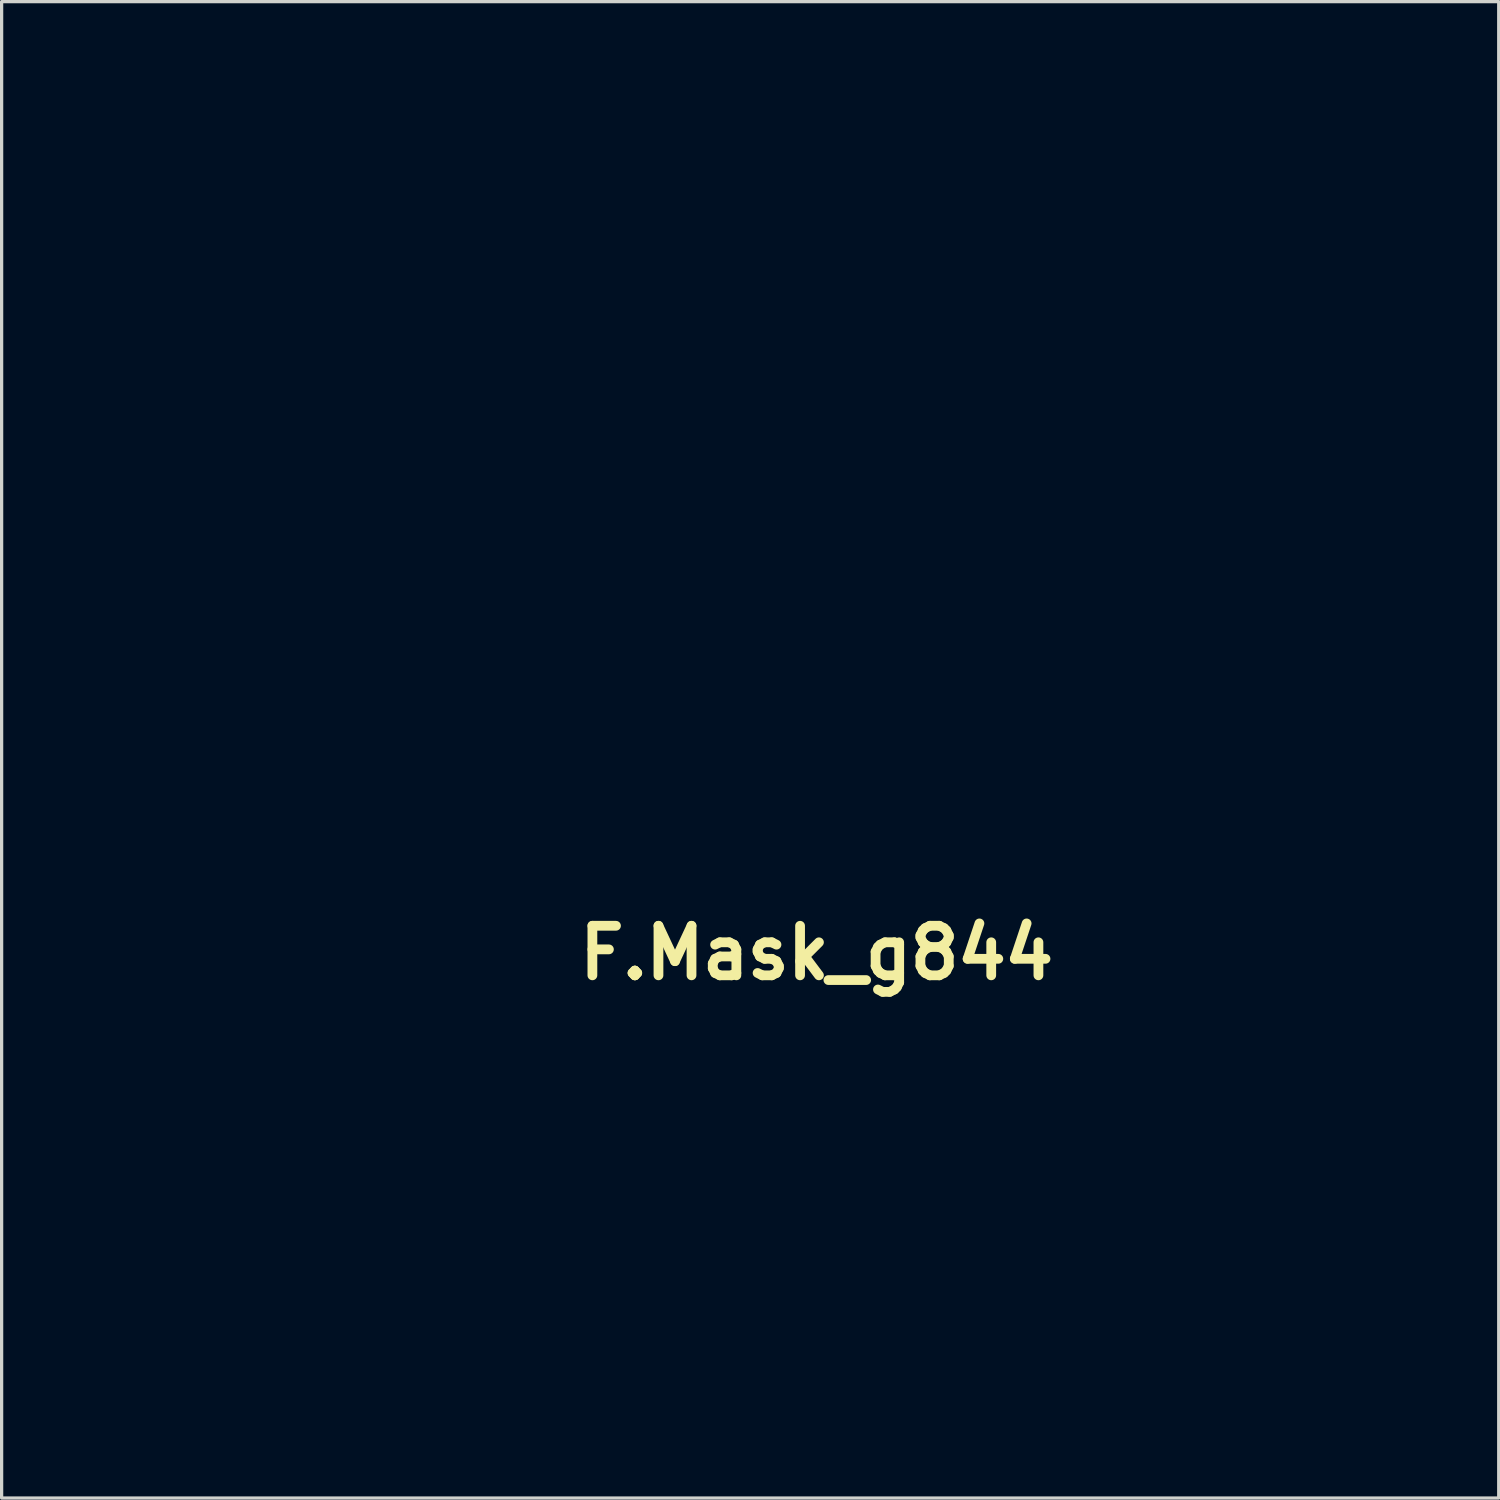
<source format=kicad_pcb>
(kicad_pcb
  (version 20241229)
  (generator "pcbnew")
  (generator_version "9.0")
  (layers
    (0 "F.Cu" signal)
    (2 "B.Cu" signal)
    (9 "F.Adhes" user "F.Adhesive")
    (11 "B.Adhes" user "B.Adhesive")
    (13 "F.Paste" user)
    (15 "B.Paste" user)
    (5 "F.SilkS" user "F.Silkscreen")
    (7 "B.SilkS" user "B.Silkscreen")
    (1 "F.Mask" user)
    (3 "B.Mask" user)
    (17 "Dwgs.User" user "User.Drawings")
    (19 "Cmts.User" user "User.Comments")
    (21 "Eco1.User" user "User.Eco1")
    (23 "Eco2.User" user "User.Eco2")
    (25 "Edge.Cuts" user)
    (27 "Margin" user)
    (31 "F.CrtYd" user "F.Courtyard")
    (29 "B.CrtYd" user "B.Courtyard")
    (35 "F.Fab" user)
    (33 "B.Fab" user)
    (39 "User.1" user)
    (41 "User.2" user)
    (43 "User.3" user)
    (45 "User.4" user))
  (footprint "F.Mask_g844"
    (layer "F.Cu")
    (at 22.061 26.253)
    (property "Reference" "F.Mask_g844" (at 0 0 0) (layer "F.SilkS") (effects (font (size 1.524 1.524) (thickness 0.3))))
    (attr through_hole)
    (fp_poly (pts (xy -0.115 -24.691) (xy 0.028 -24.281) (xy 0.146 -23.939) (xy 0.24 -23.653) (xy 0.313 -23.41) (xy 0.366 -23.198) (xy 0.4 -23.006) (xy 0.417 -22.82) (xy 0.417 -22.629) (xy 0.404 -22.42) (xy 0.378 -22.18) (xy 0.341 -21.898) (xy 0.293 -21.562) (xy 0.28 -21.463) (xy 0.241 -21.183) (xy 0.208 -20.933) (xy 0.181 -20.724) (xy 0.161 -20.567) (xy 0.151 -20.475) (xy 0.15 -20.455) (xy 0.193 -20.441) (xy 0.305 -20.408) (xy 0.477 -20.36) (xy 0.698 -20.299) (xy 0.956 -20.229) (xy 1.24 -20.152) (xy 1.54 -20.072) (xy 1.844 -19.991) (xy 2.141 -19.913) (xy 2.42 -19.84) (xy 2.669 -19.775) (xy 2.879 -19.721) (xy 3.038 -19.681) (xy 3.134 -19.659) (xy 3.159 -19.655) (xy 3.178 -19.696) (xy 3.224 -19.805) (xy 3.294 -19.971) (xy 3.382 -20.183) (xy 3.485 -20.432) (xy 3.579 -20.661) (xy 3.696 -20.945) (xy 3.81 -21.215) (xy 3.914 -21.456) (xy 4.002 -21.655) (xy 4.068 -21.8) (xy 4.098 -21.861) (xy 4.143 -21.929) (xy 4.212 -22.013) (xy 4.311 -22.118) (xy 4.447 -22.25) (xy 4.626 -22.415) (xy 4.853 -22.617) (xy 5.134 -22.863) (xy 5.418 -23.109) (xy 5.693 -23.346) (xy 5.949 -23.567) (xy 6.18 -23.766) (xy 6.378 -23.936) (xy 6.535 -24.07) (xy 6.644 -24.163) (xy 6.697 -24.207) (xy 6.698 -24.209) (xy 6.726 -24.221) (xy 6.768 -24.219) (xy 6.832 -24.199) (xy 6.926 -24.158) (xy 7.058 -24.091) (xy 7.236 -23.994) (xy 7.467 -23.865) (xy 7.76 -23.698) (xy 7.926 -23.602) (xy 8.211 -23.438) (xy 8.473 -23.286) (xy 8.703 -23.152) (xy 8.891 -23.041) (xy 9.028 -22.958) (xy 9.106 -22.91) (xy 9.12 -22.9) (xy 9.122 -22.85) (xy 9.107 -22.722) (xy 9.078 -22.523) (xy 9.034 -22.258) (xy 8.977 -21.933) (xy 8.908 -21.555) (xy 8.845 -21.223) (xy 8.764 -20.803) (xy 8.697 -20.457) (xy 8.64 -20.177) (xy 8.593 -19.954) (xy 8.552 -19.78) (xy 8.517 -19.646) (xy 8.484 -19.543) (xy 8.452 -19.463) (xy 8.419 -19.397) (xy 8.403 -19.37) (xy 8.341 -19.276) (xy 8.235 -19.128) (xy 8.096 -18.937) (xy 7.931 -18.717) (xy 7.75 -18.479) (xy 7.629 -18.321) (xy 7.452 -18.091) (xy 7.294 -17.882) (xy 7.161 -17.705) (xy 7.061 -17.568) (xy 7 -17.48) (xy 6.985 -17.453) (xy 7.014 -17.417) (xy 7.096 -17.327) (xy 7.226 -17.192) (xy 7.395 -17.018) (xy 7.597 -16.812) (xy 7.827 -16.58) (xy 8.075 -16.332) (xy 9.165 -15.244) (xy 10.087 -15.955) (xy 10.34 -16.148) (xy 10.581 -16.327) (xy 10.8 -16.486) (xy 10.986 -16.616) (xy 11.126 -16.709) (xy 11.209 -16.756) (xy 11.294 -16.784) (xy 11.445 -16.823) (xy 11.653 -16.871) (xy 11.906 -16.926) (xy 12.194 -16.987) (xy 12.506 -17.05) (xy 12.831 -17.114) (xy 13.159 -17.178) (xy 13.477 -17.237) (xy 13.777 -17.292) (xy 14.047 -17.339) (xy 14.275 -17.376) (xy 14.452 -17.402) (xy 14.567 -17.414) (xy 14.608 -17.412) (xy 14.646 -17.359) (xy 14.717 -17.245) (xy 14.815 -17.08) (xy 14.934 -16.876) (xy 15.068 -16.644) (xy 15.211 -16.394) (xy 15.357 -16.137) (xy 15.499 -15.884) (xy 15.632 -15.645) (xy 15.75 -15.432) (xy 15.846 -15.255) (xy 15.914 -15.125) (xy 15.947 -15.053) (xy 15.95 -15.042) (xy 15.918 -14.99) (xy 15.836 -14.884) (xy 15.712 -14.732) (xy 15.553 -14.542) (xy 15.367 -14.325) (xy 15.161 -14.087) (xy 14.943 -13.837) (xy 14.721 -13.584) (xy 14.501 -13.336) (xy 14.291 -13.102) (xy 14.098 -12.89) (xy 13.931 -12.709) (xy 13.796 -12.566) (xy 13.701 -12.472) (xy 13.66 -12.437) (xy 13.573 -12.39) (xy 13.421 -12.317) (xy 13.214 -12.224) (xy 12.967 -12.117) (xy 12.692 -12) (xy 12.425 -11.89) (xy 12.145 -11.776) (xy 11.893 -11.672) (xy 11.678 -11.585) (xy 11.511 -11.516) (xy 11.401 -11.471) (xy 11.359 -11.453) (xy 11.359 -11.453) (xy 11.367 -11.413) (xy 11.395 -11.303) (xy 11.439 -11.132) (xy 11.496 -10.913) (xy 11.564 -10.656) (xy 11.639 -10.373) (xy 11.718 -10.074) (xy 11.799 -9.77) (xy 11.879 -9.473) (xy 11.954 -9.193) (xy 12.022 -8.942) (xy 12.08 -8.73) (xy 12.125 -8.568) (xy 12.153 -8.468) (xy 12.162 -8.44) (xy 12.205 -8.443) (xy 12.321 -8.455) (xy 12.498 -8.477) (xy 12.724 -8.506) (xy 12.989 -8.541) (xy 13.23 -8.574) (xy 13.537 -8.615) (xy 13.832 -8.651) (xy 14.1 -8.681) (xy 14.325 -8.703) (xy 14.491 -8.717) (xy 14.563 -8.719) (xy 14.64 -8.717) (xy 14.724 -8.708) (xy 14.823 -8.69) (xy 14.945 -8.66) (xy 15.1 -8.615) (xy 15.296 -8.553) (xy 15.541 -8.472) (xy 15.845 -8.368) (xy 16.216 -8.24) (xy 16.404 -8.175) (xy 17.971 -7.629) (xy 17.971 -4.852) (xy 16.425 -4.312) (xy 16.013 -4.168) (xy 15.669 -4.049) (xy 15.381 -3.954) (xy 15.136 -3.88) (xy 14.923 -3.827) (xy 14.727 -3.793) (xy 14.539 -3.777) (xy 14.344 -3.776) (xy 14.131 -3.79) (xy 13.887 -3.816) (xy 13.6 -3.854) (xy 13.258 -3.902) (xy 13.187 -3.912) (xy 12.904 -3.951) (xy 12.652 -3.985) (xy 12.44 -4.014) (xy 12.281 -4.035) (xy 12.186 -4.046) (xy 12.164 -4.048) (xy 12.151 -4.007) (xy 12.12 -3.896) (xy 12.073 -3.724) (xy 12.013 -3.505) (xy 11.943 -3.247) (xy 11.867 -2.963) (xy 11.787 -2.664) (xy 11.706 -2.36) (xy 11.626 -2.063) (xy 11.552 -1.783) (xy 11.486 -1.532) (xy 11.431 -1.32) (xy 11.389 -1.159) (xy 11.364 -1.06) (xy 11.358 -1.032) (xy 11.398 -1.015) (xy 11.506 -0.97) (xy 11.672 -0.902) (xy 11.885 -0.814) (xy 12.135 -0.711) (xy 12.41 -0.599) (xy 12.699 -0.479) (xy 12.972 -0.364) (xy 13.216 -0.258) (xy 13.417 -0.167) (xy 13.564 -0.098) (xy 13.638 -0.059) (xy 13.723 0.01) (xy 13.859 0.143) (xy 14.043 0.338) (xy 14.275 0.592) (xy 14.55 0.903) (xy 14.868 1.269) (xy 14.88 1.283) (xy 15.117 1.558) (xy 15.336 1.815) (xy 15.531 2.045) (xy 15.696 2.242) (xy 15.825 2.397) (xy 15.911 2.505) (xy 15.949 2.557) (xy 15.951 2.56) (xy 15.933 2.605) (xy 15.879 2.713) (xy 15.794 2.871) (xy 15.685 3.071) (xy 15.557 3.3) (xy 15.418 3.549) (xy 15.272 3.805) (xy 15.127 4.059) (xy 14.989 4.299) (xy 14.862 4.515) (xy 14.755 4.697) (xy 14.672 4.832) (xy 14.62 4.91) (xy 14.61 4.923) (xy 14.556 4.926) (xy 14.423 4.913) (xy 14.211 4.882) (xy 13.923 4.834) (xy 13.563 4.771) (xy 13.132 4.691) (xy 12.946 4.656) (xy 12.521 4.575) (xy 12.17 4.507) (xy 11.886 4.449) (xy 11.659 4.4) (xy 11.482 4.359) (xy 11.346 4.322) (xy 11.242 4.288) (xy 11.163 4.255) (xy 11.113 4.229) (xy 11.021 4.17) (xy 10.874 4.067) (xy 10.685 3.929) (xy 10.465 3.764) (xy 10.225 3.582) (xy 10.033 3.434) (xy 9.165 2.758) (xy 8.059 3.861) (xy 6.952 4.964) (xy 7.611 5.816) (xy 7.8 6.062) (xy 7.979 6.3) (xy 8.139 6.517) (xy 8.271 6.7) (xy 8.367 6.838) (xy 8.406 6.9) (xy 8.442 6.967) (xy 8.476 7.041) (xy 8.508 7.132) (xy 8.542 7.248) (xy 8.579 7.399) (xy 8.622 7.593) (xy 8.673 7.838) (xy 8.733 8.145) (xy 8.805 8.522) (xy 8.847 8.741) (xy 8.923 9.147) (xy 8.988 9.507) (xy 9.041 9.816) (xy 9.081 10.067) (xy 9.108 10.253) (xy 9.119 10.368) (xy 9.116 10.403) (xy 9.073 10.436) (xy 8.967 10.504) (xy 8.809 10.601) (xy 8.61 10.72) (xy 8.382 10.856) (xy 8.134 11.001) (xy 7.878 11.15) (xy 7.625 11.296) (xy 7.386 11.433) (xy 7.171 11.555) (xy 6.991 11.655) (xy 6.858 11.727) (xy 6.781 11.765) (xy 6.768 11.769) (xy 6.729 11.742) (xy 6.633 11.665) (xy 6.488 11.545) (xy 6.3 11.388) (xy 6.077 11.199) (xy 5.825 10.984) (xy 5.553 10.75) (xy 5.497 10.701) (xy 5.133 10.384) (xy 4.83 10.116) (xy 4.586 9.895) (xy 4.396 9.716) (xy 4.257 9.576) (xy 4.165 9.471) (xy 4.129 9.421) (xy 4.077 9.323) (xy 3.999 9.16) (xy 3.901 8.945) (xy 3.79 8.691) (xy 3.672 8.412) (xy 3.577 8.181) (xy 3.443 7.856) (xy 3.336 7.604) (xy 3.252 7.417) (xy 3.189 7.287) (xy 3.142 7.21) (xy 3.108 7.176) (xy 3.092 7.174) (xy 3.037 7.189) (xy 2.91 7.224) (xy 2.721 7.275) (xy 2.479 7.34) (xy 2.195 7.417) (xy 1.878 7.502) (xy 1.588 7.579) (xy 1.254 7.669) (xy 0.947 7.752) (xy 0.677 7.825) (xy 0.452 7.886) (xy 0.282 7.933) (xy 0.177 7.962) (xy 0.145 7.972) (xy 0.149 8.014) (xy 0.164 8.129) (xy 0.187 8.304) (xy 0.217 8.529) (xy 0.253 8.792) (xy 0.281 8.996) (xy 0.329 9.346) (xy 0.369 9.638) (xy 0.398 9.885) (xy 0.414 10.099) (xy 0.418 10.291) (xy 0.405 10.475) (xy 0.377 10.662) (xy 0.33 10.865) (xy 0.263 11.095) (xy 0.175 11.367) (xy 0.065 11.69) (xy -0.07 12.079) (xy -0.113 12.203) (xy -0.651 13.758) (xy -2.037 13.758) (xy -2.374 13.757) (xy -2.682 13.754) (xy -2.952 13.749) (xy -3.173 13.743) (xy -3.335 13.735) (xy -3.428 13.726) (xy -3.447 13.721) (xy -3.466 13.673) (xy -3.509 13.555) (xy -3.573 13.375) (xy -3.656 13.141) (xy -3.753 12.863) (xy -3.862 12.55) (xy -3.98 12.21) (xy -4 12.152) (xy -4.141 11.744) (xy -4.255 11.407) (xy -4.345 11.133) (xy -4.415 10.914) (xy -4.465 10.741) (xy -4.499 10.606) (xy -4.519 10.501) (xy -4.528 10.417) (xy -4.529 10.38) (xy -4.524 10.271) (xy -4.508 10.093) (xy -4.483 9.861) (xy -4.451 9.588) (xy -4.414 9.29) (xy -4.384 9.06) (xy -4.345 8.769) (xy -4.311 8.506) (xy -4.283 8.284) (xy -4.263 8.113) (xy -4.251 8.005) (xy -4.25 7.971) (xy -4.296 7.953) (xy -4.413 7.918) (xy -4.589 7.868) (xy -4.813 7.807) (xy -5.073 7.737) (xy -5.36 7.661) (xy -5.66 7.582) (xy -5.964 7.503) (xy -6.259 7.427) (xy -6.536 7.357) (xy -6.783 7.295) (xy -6.988 7.245) (xy -7.14 7.21) (xy -7.229 7.191) (xy -7.247 7.19) (xy -7.271 7.235) (xy -7.322 7.348) (xy -7.395 7.518) (xy -7.487 7.735) (xy -7.593 7.987) (xy -7.698 8.242) (xy -7.817 8.527) (xy -7.931 8.796) (xy -8.034 9.034) (xy -8.122 9.23) (xy -8.187 9.37) (xy -8.221 9.435) (xy -8.282 9.51) (xy -8.404 9.635) (xy -8.581 9.804) (xy -8.809 10.014) (xy -9.084 10.261) (xy -9.4 10.54) (xy -9.548 10.668) (xy -9.823 10.906) (xy -10.08 11.127) (xy -10.31 11.324) (xy -10.507 11.492) (xy -10.663 11.623) (xy -10.771 11.712) (xy -10.823 11.753) (xy -10.826 11.754) (xy -10.871 11.738) (xy -10.978 11.686) (xy -11.137 11.604) (xy -11.337 11.497) (xy -11.567 11.371) (xy -11.816 11.234) (xy -12.075 11.09) (xy -12.331 10.945) (xy -12.574 10.807) (xy -12.794 10.68) (xy -12.98 10.571) (xy -13.12 10.486) (xy -13.204 10.43) (xy -13.221 10.417) (xy -13.222 10.368) (xy -13.209 10.246) (xy -13.181 10.063) (xy -13.143 9.83) (xy -13.095 9.557) (xy -13.04 9.255) (xy -12.98 8.935) (xy -12.916 8.608) (xy -12.852 8.284) (xy -12.789 7.974) (xy -12.729 7.689) (xy -12.674 7.44) (xy -12.627 7.237) (xy -12.589 7.091) (xy -12.565 7.018) (xy -12.515 6.931) (xy -12.421 6.789) (xy -12.29 6.603) (xy -12.131 6.383) (xy -11.951 6.141) (xy -11.764 5.896) (xy -11.053 4.974) (xy -12.141 3.884) (xy -12.39 3.635) (xy -12.622 3.406) (xy -12.828 3.203) (xy -13.002 3.034) (xy -13.137 2.905) (xy -13.226 2.823) (xy -13.262 2.794) (xy -13.303 2.819) (xy -13.402 2.889) (xy -13.549 2.997) (xy -13.736 3.137) (xy -13.952 3.302) (xy -14.172 3.472) (xy -14.42 3.661) (xy -14.658 3.838) (xy -14.874 3.996) (xy -15.056 4.124) (xy -15.192 4.215) (xy -15.261 4.256) (xy -15.347 4.291) (xy -15.477 4.331) (xy -15.656 4.377) (xy -15.892 4.43) (xy -16.192 4.493) (xy -16.561 4.567) (xy -17.007 4.652) (xy -17.033 4.657) (xy -17.386 4.724) (xy -17.715 4.786) (xy -18.009 4.84) (xy -18.258 4.886) (xy -18.454 4.921) (xy -18.586 4.944) (xy -18.646 4.953) (xy -18.648 4.953) (xy -18.684 4.918) (xy -18.754 4.818) (xy -18.853 4.666) (xy -18.973 4.471) (xy -19.109 4.245) (xy -19.255 3.997) (xy -19.404 3.739) (xy -19.551 3.481) (xy -19.69 3.233) (xy -19.813 3.007) (xy -19.916 2.813) (xy -19.991 2.662) (xy -20.034 2.564) (xy -20.04 2.532) (xy -20.005 2.489) (xy -19.922 2.389) (xy -19.795 2.24) (xy -19.632 2.05) (xy -19.438 1.824) (xy -19.22 1.571) (xy -18.984 1.298) (xy -18.942 1.25) (xy -18.654 0.918) (xy -18.414 0.645) (xy -18.216 0.425) (xy -18.056 0.252) (xy -17.927 0.119) (xy -17.824 0.022) (xy -17.74 -0.046) (xy -17.671 -0.092) (xy -17.665 -0.095) (xy -17.566 -0.144) (xy -17.402 -0.218) (xy -17.187 -0.312) (xy -16.935 -0.42) (xy -16.659 -0.536) (xy -16.463 -0.617) (xy -16.193 -0.728) (xy -15.95 -0.828) (xy -15.744 -0.914) (xy -15.587 -0.98) (xy -15.489 -1.022) (xy -15.46 -1.035) (xy -15.468 -1.078) (xy -15.495 -1.19) (xy -15.538 -1.362) (xy -15.594 -1.583) (xy -15.661 -1.84) (xy -15.735 -2.122) (xy -15.814 -2.42) (xy -15.895 -2.72) (xy -15.973 -3.013) (xy -16.048 -3.287) (xy -16.114 -3.531) (xy -16.171 -3.733) (xy -16.214 -3.883) (xy -16.24 -3.969) (xy -16.246 -3.982) (xy -16.263 -4.003) (xy -16.298 -4.015) (xy -16.362 -4.019) (xy -16.465 -4.013) (xy -16.616 -3.998) (xy -16.825 -3.973) (xy -17.102 -3.936) (xy -17.293 -3.91) (xy -17.643 -3.862) (xy -17.936 -3.823) (xy -18.183 -3.794) (xy -18.396 -3.778) (xy -18.588 -3.775) (xy -18.772 -3.787) (xy -18.959 -3.816) (xy -19.162 -3.863) (xy -19.392 -3.93) (xy -19.663 -4.018) (xy -19.987 -4.129) (xy -20.375 -4.264) (xy -20.5 -4.307) (xy -22.056 -4.847) (xy -22.053 -5.228) (xy -21.505 -5.228) (xy -20.108 -4.747) (xy -18.712 -4.266) (xy -17.284 -4.459) (xy -16.947 -4.504) (xy -16.638 -4.545) (xy -16.367 -4.581) (xy -16.143 -4.609) (xy -15.976 -4.63) (xy -15.876 -4.642) (xy -15.85 -4.644) (xy -15.837 -4.6) (xy -15.805 -4.484) (xy -15.756 -4.305) (xy -15.694 -4.075) (xy -15.62 -3.801) (xy -15.539 -3.494) (xy -15.451 -3.165) (xy -15.36 -2.821) (xy -15.268 -2.474) (xy -15.178 -2.134) (xy -15.092 -1.809) (xy -15.014 -1.51) (xy -14.945 -1.246) (xy -14.888 -1.028) (xy -14.846 -0.865) (xy -14.822 -0.766) (xy -14.817 -0.741) (xy -14.855 -0.715) (xy -14.961 -0.661) (xy -15.127 -0.585) (xy -15.342 -0.491) (xy -15.597 -0.383) (xy -15.88 -0.265) (xy -15.95 -0.237) (xy -16.253 -0.112) (xy -16.541 0.007) (xy -16.801 0.117) (xy -17.022 0.211) (xy -17.191 0.284) (xy -17.295 0.332) (xy -17.301 0.335) (xy -17.371 0.375) (xy -17.447 0.43) (xy -17.536 0.507) (xy -17.645 0.615) (xy -17.781 0.758) (xy -17.95 0.945) (xy -18.159 1.182) (xy -18.416 1.477) (xy -18.438 1.503) (xy -18.659 1.758) (xy -18.861 1.995) (xy -19.039 2.204) (xy -19.186 2.378) (xy -19.296 2.509) (xy -19.36 2.59) (xy -19.375 2.611) (xy -19.36 2.657) (xy -19.309 2.763) (xy -19.229 2.916) (xy -19.129 3.105) (xy -19.014 3.315) (xy -18.892 3.534) (xy -18.77 3.75) (xy -18.656 3.95) (xy -18.556 4.12) (xy -18.477 4.248) (xy -18.427 4.321) (xy -18.421 4.329) (xy -18.373 4.328) (xy -18.253 4.313) (xy -18.068 4.285) (xy -17.831 4.246) (xy -17.55 4.196) (xy -17.234 4.138) (xy -16.984 4.091) (xy -16.595 4.016) (xy -16.28 3.954) (xy -16.03 3.902) (xy -15.834 3.858) (xy -15.685 3.821) (xy -15.572 3.786) (xy -15.487 3.753) (xy -15.42 3.719) (xy -15.388 3.7) (xy -15.305 3.642) (xy -15.166 3.541) (xy -14.982 3.402) (xy -14.762 3.236) (xy -14.517 3.048) (xy -14.258 2.848) (xy -14.207 2.81) (xy -13.219 2.042) (xy -11.774 3.487) (xy -10.329 4.932) (xy -11.166 6.016) (xy -11.372 6.284) (xy -11.563 6.536) (xy -11.733 6.762) (xy -11.874 6.953) (xy -11.98 7.101) (xy -12.045 7.196) (xy -12.06 7.222) (xy -12.081 7.292) (xy -12.116 7.435) (xy -12.162 7.639) (xy -12.217 7.894) (xy -12.278 8.189) (xy -12.342 8.512) (xy -12.383 8.721) (xy -12.46 9.121) (xy -12.52 9.445) (xy -12.564 9.699) (xy -12.593 9.89) (xy -12.609 10.023) (xy -12.611 10.105) (xy -12.602 10.142) (xy -12.601 10.143) (xy -12.546 10.181) (xy -12.432 10.252) (xy -12.272 10.347) (xy -12.08 10.459) (xy -11.869 10.58) (xy -11.652 10.703) (xy -11.441 10.821) (xy -11.25 10.926) (xy -11.093 11.012) (xy -10.981 11.069) (xy -10.929 11.091) (xy -10.928 11.091) (xy -10.878 11.064) (xy -10.774 10.987) (xy -10.626 10.868) (xy -10.443 10.715) (xy -10.234 10.537) (xy -10.007 10.34) (xy -9.773 10.133) (xy -9.539 9.925) (xy -9.314 9.722) (xy -9.108 9.533) (xy -8.93 9.365) (xy -8.788 9.227) (xy -8.691 9.127) (xy -8.651 9.076) (xy -8.612 8.995) (xy -8.546 8.847) (xy -8.458 8.644) (xy -8.354 8.396) (xy -8.237 8.117) (xy -8.114 7.817) (xy -8.085 7.747) (xy -7.964 7.452) (xy -7.853 7.182) (xy -7.754 6.947) (xy -7.674 6.757) (xy -7.615 6.623) (xy -7.583 6.555) (xy -7.579 6.548) (xy -7.535 6.554) (xy -7.42 6.579) (xy -7.242 6.621) (xy -7.011 6.677) (xy -6.737 6.745) (xy -6.431 6.822) (xy -6.1 6.906) (xy -5.756 6.994) (xy -5.408 7.084) (xy -5.066 7.173) (xy -4.739 7.258) (xy -4.438 7.338) (xy -4.171 7.409) (xy -3.949 7.47) (xy -3.781 7.518) (xy -3.678 7.549) (xy -3.648 7.56) (xy -3.651 7.603) (xy -3.663 7.719) (xy -3.684 7.898) (xy -3.714 8.131) (xy -3.749 8.405) (xy -3.79 8.713) (xy -3.807 8.837) (xy -3.851 9.167) (xy -3.891 9.48) (xy -3.925 9.764) (xy -3.952 10.005) (xy -3.97 10.191) (xy -3.979 10.31) (xy -3.979 10.328) (xy -3.974 10.4) (xy -3.955 10.5) (xy -3.923 10.633) (xy -3.874 10.805) (xy -3.807 11.022) (xy -3.72 11.288) (xy -3.612 11.61) (xy -3.48 11.994) (xy -3.323 12.444) (xy -3.14 12.967) (xy -3.088 13.114) (xy -3.039 13.252) (xy -1.046 13.229) (xy -0.073 10.437) (xy -0.265 9.018) (xy -0.31 8.681) (xy -0.349 8.371) (xy -0.382 8.098) (xy -0.407 7.872) (xy -0.424 7.702) (xy -0.431 7.6) (xy -0.429 7.572) (xy -0.384 7.556) (xy -0.268 7.521) (xy -0.089 7.47) (xy 0.142 7.406) (xy 0.415 7.331) (xy 0.721 7.248) (xy 1.05 7.159) (xy 1.393 7.067) (xy 1.74 6.974) (xy 2.08 6.884) (xy 2.406 6.798) (xy 2.705 6.719) (xy 2.97 6.651) (xy 3.19 6.595) (xy 3.356 6.553) (xy 3.458 6.53) (xy 3.487 6.525) (xy 3.505 6.567) (xy 3.552 6.677) (xy 3.622 6.847) (xy 3.712 7.066) (xy 3.819 7.326) (xy 3.938 7.616) (xy 4 7.768) (xy 4.128 8.078) (xy 4.249 8.367) (xy 4.36 8.626) (xy 4.455 8.844) (xy 4.529 9.009) (xy 4.578 9.112) (xy 4.59 9.133) (xy 4.643 9.193) (xy 4.752 9.301) (xy 4.908 9.448) (xy 5.105 9.627) (xy 5.332 9.83) (xy 5.582 10.05) (xy 5.752 10.197) (xy 6.826 11.124) (xy 7.678 10.635) (xy 7.92 10.496) (xy 8.137 10.371) (xy 8.318 10.267) (xy 8.452 10.189) (xy 8.529 10.145) (xy 8.544 10.136) (xy 8.539 10.093) (xy 8.521 9.978) (xy 8.49 9.798) (xy 8.448 9.565) (xy 8.398 9.287) (xy 8.34 8.974) (xy 8.295 8.735) (xy 8.22 8.34) (xy 8.157 8.02) (xy 8.104 7.764) (xy 8.059 7.565) (xy 8.02 7.413) (xy 7.985 7.298) (xy 7.95 7.213) (xy 7.919 7.154) (xy 7.872 7.084) (xy 7.781 6.958) (xy 7.655 6.786) (xy 7.501 6.58) (xy 7.328 6.351) (xy 7.145 6.108) (xy 6.96 5.864) (xy 6.78 5.629) (xy 6.613 5.413) (xy 6.47 5.228) (xy 6.356 5.084) (xy 6.282 4.994) (xy 6.275 4.972) (xy 6.286 4.938) (xy 6.32 4.885) (xy 6.381 4.808) (xy 6.473 4.704) (xy 6.602 4.567) (xy 6.771 4.391) (xy 6.986 4.173) (xy 7.25 3.907) (xy 7.569 3.587) (xy 7.674 3.482) (xy 9.123 2.036) (xy 10.139 2.823) (xy 10.402 3.026) (xy 10.651 3.216) (xy 10.876 3.387) (xy 11.067 3.531) (xy 11.214 3.64) (xy 11.307 3.706) (xy 11.323 3.716) (xy 11.385 3.749) (xy 11.473 3.783) (xy 11.594 3.819) (xy 11.758 3.86) (xy 11.973 3.908) (xy 12.248 3.965) (xy 12.591 4.033) (xy 12.905 4.093) (xy 13.239 4.157) (xy 13.546 4.214) (xy 13.815 4.264) (xy 14.037 4.304) (xy 14.203 4.333) (xy 14.302 4.349) (xy 14.328 4.351) (xy 14.351 4.313) (xy 14.409 4.211) (xy 14.498 4.057) (xy 14.611 3.86) (xy 14.743 3.632) (xy 14.827 3.485) (xy 15.317 2.632) (xy 14.391 1.559) (xy 14.164 1.299) (xy 13.948 1.055) (xy 13.752 0.838) (xy 13.583 0.654) (xy 13.448 0.513) (xy 13.356 0.423) (xy 13.322 0.396) (xy 13.248 0.357) (xy 13.106 0.291) (xy 12.908 0.204) (xy 12.664 0.099) (xy 12.386 -0.019) (xy 12.085 -0.144) (xy 11.978 -0.188) (xy 11.678 -0.311) (xy 11.403 -0.425) (xy 11.163 -0.526) (xy 10.968 -0.61) (xy 10.828 -0.671) (xy 10.753 -0.707) (xy 10.742 -0.713) (xy 10.747 -0.758) (xy 10.772 -0.875) (xy 10.814 -1.054) (xy 10.87 -1.285) (xy 10.939 -1.559) (xy 11.016 -1.866) (xy 11.101 -2.196) (xy 11.19 -2.539) (xy 11.281 -2.886) (xy 11.371 -3.227) (xy 11.458 -3.552) (xy 11.539 -3.852) (xy 11.611 -4.115) (xy 11.673 -4.334) (xy 11.721 -4.498) (xy 11.753 -4.596) (xy 11.764 -4.622) (xy 11.81 -4.623) (xy 11.931 -4.614) (xy 12.116 -4.595) (xy 12.355 -4.567) (xy 12.638 -4.533) (xy 12.955 -4.492) (xy 13.208 -4.458) (xy 14.626 -4.266) (xy 16.023 -4.751) (xy 17.42 -5.236) (xy 17.432 -6.234) (xy 17.443 -7.231) (xy 17.262 -7.298) (xy 17.176 -7.329) (xy 17.021 -7.384) (xy 16.811 -7.457) (xy 16.557 -7.546) (xy 16.272 -7.645) (xy 15.967 -7.751) (xy 15.919 -7.768) (xy 15.558 -7.891) (xy 15.268 -7.988) (xy 15.037 -8.061) (xy 14.856 -8.113) (xy 14.716 -8.147) (xy 14.607 -8.165) (xy 14.522 -8.17) (xy 14.42 -8.164) (xy 14.247 -8.148) (xy 14.016 -8.123) (xy 13.741 -8.091) (xy 13.434 -8.053) (xy 13.108 -8.011) (xy 13.04 -8.001) (xy 12.725 -7.96) (xy 12.437 -7.924) (xy 12.187 -7.896) (xy 11.985 -7.875) (xy 11.843 -7.863) (xy 11.771 -7.862) (xy 11.764 -7.864) (xy 11.744 -7.914) (xy 11.707 -8.035) (xy 11.654 -8.218) (xy 11.588 -8.452) (xy 11.513 -8.728) (xy 11.429 -9.037) (xy 11.341 -9.368) (xy 11.25 -9.712) (xy 11.16 -10.059) (xy 11.072 -10.399) (xy 10.989 -10.722) (xy 10.914 -11.02) (xy 10.849 -11.281) (xy 10.797 -11.496) (xy 10.761 -11.656) (xy 10.742 -11.75) (xy 10.741 -11.772) (xy 10.787 -11.795) (xy 10.902 -11.846) (xy 11.075 -11.92) (xy 11.297 -12.013) (xy 11.557 -12.121) (xy 11.845 -12.239) (xy 11.938 -12.277) (xy 12.241 -12.401) (xy 12.526 -12.52) (xy 12.782 -12.627) (xy 12.996 -12.719) (xy 13.158 -12.79) (xy 13.255 -12.836) (xy 13.266 -12.842) (xy 13.347 -12.905) (xy 13.478 -13.031) (xy 13.656 -13.217) (xy 13.879 -13.46) (xy 14.144 -13.758) (xy 14.375 -14.023) (xy 15.319 -15.113) (xy 14.851 -15.928) (xy 14.712 -16.168) (xy 14.586 -16.384) (xy 14.478 -16.565) (xy 14.395 -16.701) (xy 14.345 -16.779) (xy 14.335 -16.792) (xy 14.301 -16.802) (xy 14.223 -16.801) (xy 14.095 -16.787) (xy 13.912 -16.759) (xy 13.665 -16.717) (xy 13.35 -16.659) (xy 12.959 -16.584) (xy 12.912 -16.575) (xy 12.576 -16.509) (xy 12.262 -16.446) (xy 11.982 -16.387) (xy 11.746 -16.336) (xy 11.564 -16.294) (xy 11.448 -16.264) (xy 11.414 -16.252) (xy 11.351 -16.213) (xy 11.231 -16.128) (xy 11.062 -16.005) (xy 10.853 -15.85) (xy 10.614 -15.669) (xy 10.353 -15.471) (xy 10.207 -15.358) (xy 9.123 -14.522) (xy 6.234 -17.409) (xy 7.087 -18.517) (xy 7.295 -18.788) (xy 7.487 -19.043) (xy 7.658 -19.273) (xy 7.8 -19.468) (xy 7.908 -19.619) (xy 7.973 -19.719) (xy 7.99 -19.75) (xy 8.01 -19.821) (xy 8.043 -19.965) (xy 8.087 -20.17) (xy 8.139 -20.425) (xy 8.198 -20.719) (xy 8.26 -21.041) (xy 8.296 -21.228) (xy 8.369 -21.614) (xy 8.425 -21.925) (xy 8.467 -22.168) (xy 8.495 -22.351) (xy 8.51 -22.481) (xy 8.514 -22.566) (xy 8.508 -22.615) (xy 8.499 -22.629) (xy 8.431 -22.678) (xy 8.307 -22.755) (xy 8.14 -22.854) (xy 7.943 -22.968) (xy 7.729 -23.089) (xy 7.51 -23.209) (xy 7.3 -23.323) (xy 7.111 -23.423) (xy 6.957 -23.502) (xy 6.85 -23.552) (xy 6.804 -23.566) (xy 6.761 -23.534) (xy 6.661 -23.453) (xy 6.514 -23.33) (xy 6.326 -23.171) (xy 6.106 -22.984) (xy 5.862 -22.774) (xy 5.694 -22.629) (xy 5.37 -22.347) (xy 5.107 -22.113) (xy 4.9 -21.923) (xy 4.744 -21.773) (xy 4.635 -21.657) (xy 4.566 -21.571) (xy 4.545 -21.535) (xy 4.506 -21.451) (xy 4.44 -21.299) (xy 4.352 -21.093) (xy 4.247 -20.844) (xy 4.13 -20.562) (xy 4.006 -20.261) (xy 3.978 -20.193) (xy 3.857 -19.899) (xy 3.747 -19.631) (xy 3.651 -19.399) (xy 3.573 -19.213) (xy 3.518 -19.082) (xy 3.489 -19.017) (xy 3.486 -19.011) (xy 3.443 -19.018) (xy 3.327 -19.045) (xy 3.145 -19.09) (xy 2.905 -19.151) (xy 2.615 -19.226) (xy 2.283 -19.312) (xy 1.917 -19.409) (xy 1.525 -19.513) (xy 1.502 -19.519) (xy -0.467 -20.045) (xy -0.447 -20.151) (xy -0.437 -20.218) (xy -0.417 -20.358) (xy -0.389 -20.559) (xy -0.355 -20.812) (xy -0.315 -21.104) (xy -0.273 -21.425) (xy -0.251 -21.59) (xy -0.075 -22.924) (xy -0.561 -24.32) (xy -1.046 -25.718) (xy -2.043 -25.729) (xy -3.04 -25.74) (xy -3.123 -25.496) (xy -3.159 -25.391) (xy -3.219 -25.219) (xy -3.297 -24.994) (xy -3.389 -24.729) (xy -3.49 -24.438) (xy -3.593 -24.142) (xy -3.717 -23.782) (xy -3.814 -23.491) (xy -3.886 -23.261) (xy -3.935 -23.083) (xy -3.965 -22.948) (xy -3.978 -22.845) (xy -3.979 -22.812) (xy -3.974 -22.713) (xy -3.958 -22.544) (xy -3.933 -22.317) (xy -3.9 -22.043) (xy -3.862 -21.737) (xy -3.819 -21.411) (xy -3.808 -21.323) (xy -3.765 -21.006) (xy -3.727 -20.718) (xy -3.695 -20.468) (xy -3.671 -20.267) (xy -3.655 -20.125) (xy -3.648 -20.052) (xy -3.649 -20.045) (xy -3.698 -20.027) (xy -3.818 -19.99) (xy -4.001 -19.939) (xy -4.235 -19.875) (xy -4.511 -19.801) (xy -4.82 -19.719) (xy -5.152 -19.633) (xy -5.496 -19.543) (xy -5.844 -19.454) (xy -6.186 -19.367) (xy -6.511 -19.285) (xy -6.81 -19.21) (xy -7.074 -19.146) (xy -7.292 -19.094) (xy -7.454 -19.056) (xy -7.552 -19.036) (xy -7.577 -19.034) (xy -7.602 -19.082) (xy -7.653 -19.197) (xy -7.729 -19.371) (xy -7.823 -19.595) (xy -7.933 -19.857) (xy -8.053 -20.148) (xy -8.105 -20.275) (xy -8.231 -20.581) (xy -8.35 -20.866) (xy -8.457 -21.119) (xy -8.548 -21.331) (xy -8.617 -21.489) (xy -8.661 -21.584) (xy -8.67 -21.601) (xy -8.716 -21.653) (xy -8.817 -21.751) (xy -8.963 -21.887) (xy -9.145 -22.054) (xy -9.354 -22.242) (xy -9.58 -22.444) (xy -9.815 -22.651) (xy -10.049 -22.855) (xy -10.272 -23.049) (xy -10.475 -23.223) (xy -10.65 -23.37) (xy -10.786 -23.481) (xy -10.874 -23.548) (xy -10.901 -23.564) (xy -10.952 -23.55) (xy -11.065 -23.498) (xy -11.229 -23.415) (xy -11.433 -23.305) (xy -11.665 -23.175) (xy -11.808 -23.093) (xy -12.081 -22.933) (xy -12.289 -22.809) (xy -12.439 -22.715) (xy -12.541 -22.645) (xy -12.603 -22.592) (xy -12.632 -22.552) (xy -12.637 -22.518) (xy -12.636 -22.507) (xy -12.622 -22.444) (xy -12.596 -22.309) (xy -12.557 -22.112) (xy -12.509 -21.864) (xy -12.454 -21.576) (xy -12.393 -21.259) (xy -12.361 -21.093) (xy -12.285 -20.699) (xy -12.221 -20.38) (xy -12.167 -20.127) (xy -12.121 -19.934) (xy -12.081 -19.79) (xy -12.045 -19.687) (xy -12.012 -19.618) (xy -12.007 -19.611) (xy -11.956 -19.538) (xy -11.86 -19.407) (xy -11.727 -19.23) (xy -11.564 -19.016) (xy -11.379 -18.774) (xy -11.18 -18.515) (xy -11.119 -18.436) (xy -10.922 -18.182) (xy -10.744 -17.95) (xy -10.589 -17.748) (xy -10.465 -17.584) (xy -10.378 -17.467) (xy -10.334 -17.406) (xy -10.33 -17.399) (xy -10.359 -17.365) (xy -10.442 -17.278) (xy -10.574 -17.143) (xy -10.748 -16.966) (xy -10.958 -16.753) (xy -11.2 -16.509) (xy -11.467 -16.241) (xy -11.753 -15.954) (xy -11.764 -15.943) (xy -13.199 -14.508) (xy -14.221 -15.298) (xy -14.485 -15.501) (xy -14.735 -15.692) (xy -14.962 -15.864) (xy -15.154 -16.008) (xy -15.304 -16.118) (xy -15.399 -16.186) (xy -15.416 -16.197) (xy -15.478 -16.23) (xy -15.563 -16.264) (xy -15.68 -16.299) (xy -15.837 -16.339) (xy -16.043 -16.386) (xy -16.307 -16.44) (xy -16.638 -16.506) (xy -16.992 -16.574) (xy -17.325 -16.637) (xy -17.632 -16.693) (xy -17.902 -16.74) (xy -18.125 -16.777) (xy -18.293 -16.802) (xy -18.394 -16.814) (xy -18.421 -16.814) (xy -18.453 -16.766) (xy -18.519 -16.658) (xy -18.61 -16.504) (xy -18.719 -16.316) (xy -18.84 -16.107) (xy -18.964 -15.89) (xy -19.085 -15.677) (xy -19.195 -15.482) (xy -19.287 -15.317) (xy -19.353 -15.195) (xy -19.386 -15.128) (xy -19.389 -15.121) (xy -19.362 -15.076) (xy -19.285 -14.978) (xy -19.168 -14.834) (xy -19.018 -14.656) (xy -18.842 -14.45) (xy -18.649 -14.227) (xy -18.446 -13.995) (xy -18.241 -13.763) (xy -18.043 -13.54) (xy -17.859 -13.336) (xy -17.697 -13.159) (xy -17.565 -13.018) (xy -17.47 -12.922) (xy -17.425 -12.883) (xy -17.351 -12.844) (xy -17.209 -12.778) (xy -17.011 -12.69) (xy -16.767 -12.584) (xy -16.489 -12.467) (xy -16.188 -12.341) (xy -16.082 -12.298) (xy -15.781 -12.174) (xy -15.506 -12.059) (xy -15.266 -11.958) (xy -15.071 -11.874) (xy -14.93 -11.812) (xy -14.853 -11.775) (xy -14.843 -11.769) (xy -14.848 -11.724) (xy -14.873 -11.608) (xy -14.914 -11.429) (xy -14.97 -11.198) (xy -15.038 -10.924) (xy -15.114 -10.617) (xy -15.198 -10.286) (xy -15.286 -9.942) (xy -15.376 -9.594) (xy -15.464 -9.252) (xy -15.55 -8.926) (xy -15.63 -8.625) (xy -15.701 -8.359) (xy -15.762 -8.137) (xy -15.81 -7.971) (xy -15.842 -7.869) (xy -15.853 -7.841) (xy -15.896 -7.843) (xy -16.013 -7.856) (xy -16.193 -7.877) (xy -16.425 -7.907) (xy -16.7 -7.943) (xy -17.007 -7.984) (xy -17.122 -7.999) (xy -17.452 -8.043) (xy -17.766 -8.082) (xy -18.051 -8.116) (xy -18.294 -8.143) (xy -18.482 -8.161) (xy -18.603 -8.169) (xy -18.62 -8.169) (xy -18.704 -8.163) (xy -18.807 -8.146) (xy -18.941 -8.114) (xy -19.112 -8.065) (xy -19.331 -7.997) (xy -19.606 -7.905) (xy -19.946 -7.789) (xy -20.172 -7.71) (xy -21.484 -7.253) (xy -21.505 -5.228) (xy -22.053 -5.228) (xy -22.045 -6.243) (xy -22.035 -7.639) (xy -20.489 -8.178) (xy -20.087 -8.318) (xy -19.755 -8.432) (xy -19.486 -8.522) (xy -19.27 -8.592) (xy -19.098 -8.643) (xy -18.963 -8.679) (xy -18.855 -8.701) (xy -18.765 -8.714) (xy -18.684 -8.718) (xy -18.669 -8.719) (xy -18.55 -8.713) (xy -18.362 -8.697) (xy -18.121 -8.673) (xy -17.842 -8.641) (xy -17.542 -8.603) (xy -17.336 -8.576) (xy -17.047 -8.537) (xy -16.787 -8.503) (xy -16.567 -8.476) (xy -16.398 -8.457) (xy -16.292 -8.448) (xy -16.261 -8.448) (xy -16.245 -8.492) (xy -16.212 -8.606) (xy -16.163 -8.78) (xy -16.102 -9.001) (xy -16.031 -9.26) (xy -15.954 -9.544) (xy -15.874 -9.844) (xy -15.793 -10.147) (xy -15.714 -10.443) (xy -15.641 -10.721) (xy -15.577 -10.969) (xy -15.523 -11.177) (xy -15.484 -11.333) (xy -15.463 -11.427) (xy -15.459 -11.449) (xy -15.5 -11.468) (xy -15.61 -11.514) (xy -15.777 -11.583) (xy -15.991 -11.672) (xy -16.243 -11.775) (xy -16.521 -11.89) (xy -16.521 -11.89) (xy -16.81 -12.009) (xy -17.081 -12.124) (xy -17.321 -12.228) (xy -17.52 -12.317) (xy -17.663 -12.385) (xy -17.734 -12.423) (xy -17.787 -12.47) (xy -17.886 -12.571) (xy -18.025 -12.717) (xy -18.194 -12.901) (xy -18.388 -13.114) (xy -18.599 -13.348) (xy -18.82 -13.595) (xy -19.044 -13.847) (xy -19.262 -14.095) (xy -19.469 -14.331) (xy -19.656 -14.547) (xy -19.816 -14.735) (xy -19.943 -14.886) (xy -20.028 -14.993) (xy -20.065 -15.047) (xy -20.066 -15.051) (xy -20.046 -15.096) (xy -19.988 -15.203) (xy -19.9 -15.361) (xy -19.788 -15.559) (xy -19.657 -15.787) (xy -19.513 -16.034) (xy -19.364 -16.29) (xy -19.215 -16.544) (xy -19.072 -16.785) (xy -18.941 -17.004) (xy -18.829 -17.189) (xy -18.742 -17.331) (xy -18.685 -17.418) (xy -18.667 -17.441) (xy -18.619 -17.434) (xy -18.497 -17.411) (xy -18.311 -17.377) (xy -18.068 -17.331) (xy -17.78 -17.276) (xy -17.454 -17.214) (xy -17.099 -17.146) (xy -17.01 -17.129) (xy -16.558 -17.041) (xy -16.184 -16.966) (xy -15.879 -16.902) (xy -15.639 -16.848) (xy -15.457 -16.802) (xy -15.326 -16.764) (xy -15.241 -16.73) (xy -15.219 -16.719) (xy -15.14 -16.667) (xy -15.007 -16.573) (xy -14.83 -16.444) (xy -14.623 -16.29) (xy -14.396 -16.121) (xy -14.162 -15.944) (xy -13.933 -15.769) (xy -13.72 -15.605) (xy -13.536 -15.461) (xy -13.439 -15.383) (xy -13.267 -15.244) (xy -12.161 -16.353) (xy -11.055 -17.462) (xy -11.73 -18.33) (xy -11.919 -18.576) (xy -12.097 -18.809) (xy -12.254 -19.02) (xy -12.383 -19.196) (xy -12.474 -19.326) (xy -12.514 -19.389) (xy -12.546 -19.456) (xy -12.58 -19.55) (xy -12.617 -19.68) (xy -12.66 -19.853) (xy -12.71 -20.076) (xy -12.769 -20.359) (xy -12.839 -20.708) (xy -12.921 -21.131) (xy -12.936 -21.209) (xy -13.005 -21.569) (xy -13.069 -21.903) (xy -13.126 -22.202) (xy -13.174 -22.456) (xy -13.212 -22.656) (xy -13.238 -22.795) (xy -13.249 -22.861) (xy -13.25 -22.865) (xy -13.215 -22.896) (xy -13.116 -22.96) (xy -12.964 -23.053) (xy -12.769 -23.169) (xy -12.543 -23.301) (xy -12.295 -23.444) (xy -12.037 -23.591) (xy -11.779 -23.737) (xy -11.531 -23.875) (xy -11.304 -23.999) (xy -11.11 -24.104) (xy -10.957 -24.183) (xy -10.858 -24.23) (xy -10.824 -24.241) (xy -10.766 -24.201) (xy -10.655 -24.111) (xy -10.498 -23.98) (xy -10.305 -23.814) (xy -10.085 -23.622) (xy -9.845 -23.412) (xy -9.594 -23.19) (xy -9.341 -22.965) (xy -9.096 -22.744) (xy -8.865 -22.535) (xy -8.659 -22.347) (xy -8.485 -22.185) (xy -8.352 -22.059) (xy -8.27 -21.975) (xy -8.249 -21.95) (xy -8.202 -21.865) (xy -8.129 -21.715) (xy -8.036 -21.51) (xy -7.928 -21.265) (xy -7.811 -20.99) (xy -7.7 -20.722) (xy -7.585 -20.443) (xy -7.481 -20.19) (xy -7.392 -19.974) (xy -7.323 -19.806) (xy -7.277 -19.695) (xy -7.258 -19.651) (xy -7.258 -19.651) (xy -7.217 -19.659) (xy -7.105 -19.686) (xy -6.934 -19.729) (xy -6.714 -19.786) (xy -6.457 -19.853) (xy -6.173 -19.928) (xy -5.874 -20.007) (xy -5.571 -20.088) (xy -5.274 -20.168) (xy -4.996 -20.244) (xy -4.746 -20.312) (xy -4.536 -20.37) (xy -4.377 -20.415) (xy -4.28 -20.444) (xy -4.255 -20.453) (xy -4.256 -20.498) (xy -4.267 -20.616) (xy -4.287 -20.794) (xy -4.315 -21.023) (xy -4.35 -21.29) (xy -4.384 -21.546) (xy -4.424 -21.854) (xy -4.46 -22.148) (xy -4.49 -22.415) (xy -4.512 -22.638) (xy -4.525 -22.803) (xy -4.527 -22.878) (xy -4.523 -22.956) (xy -4.51 -23.048) (xy -4.485 -23.162) (xy -4.446 -23.306) (xy -4.39 -23.49) (xy -4.315 -23.721) (xy -4.218 -24.009) (xy -4.097 -24.361) (xy -3.986 -24.68) (xy -3.447 -26.226) (xy -0.655 -26.248) (xy -0.115 -24.691)) (stroke (width 0.01) (type solid)) (fill yes) (layer "F.Mask")))
  (gr_rect
    (start -3 -3)
    (end 43.037 43.016)
    (stroke (width 0.1) (type default))
    (fill no)
    (layer "Edge.Cuts")))
</source>
